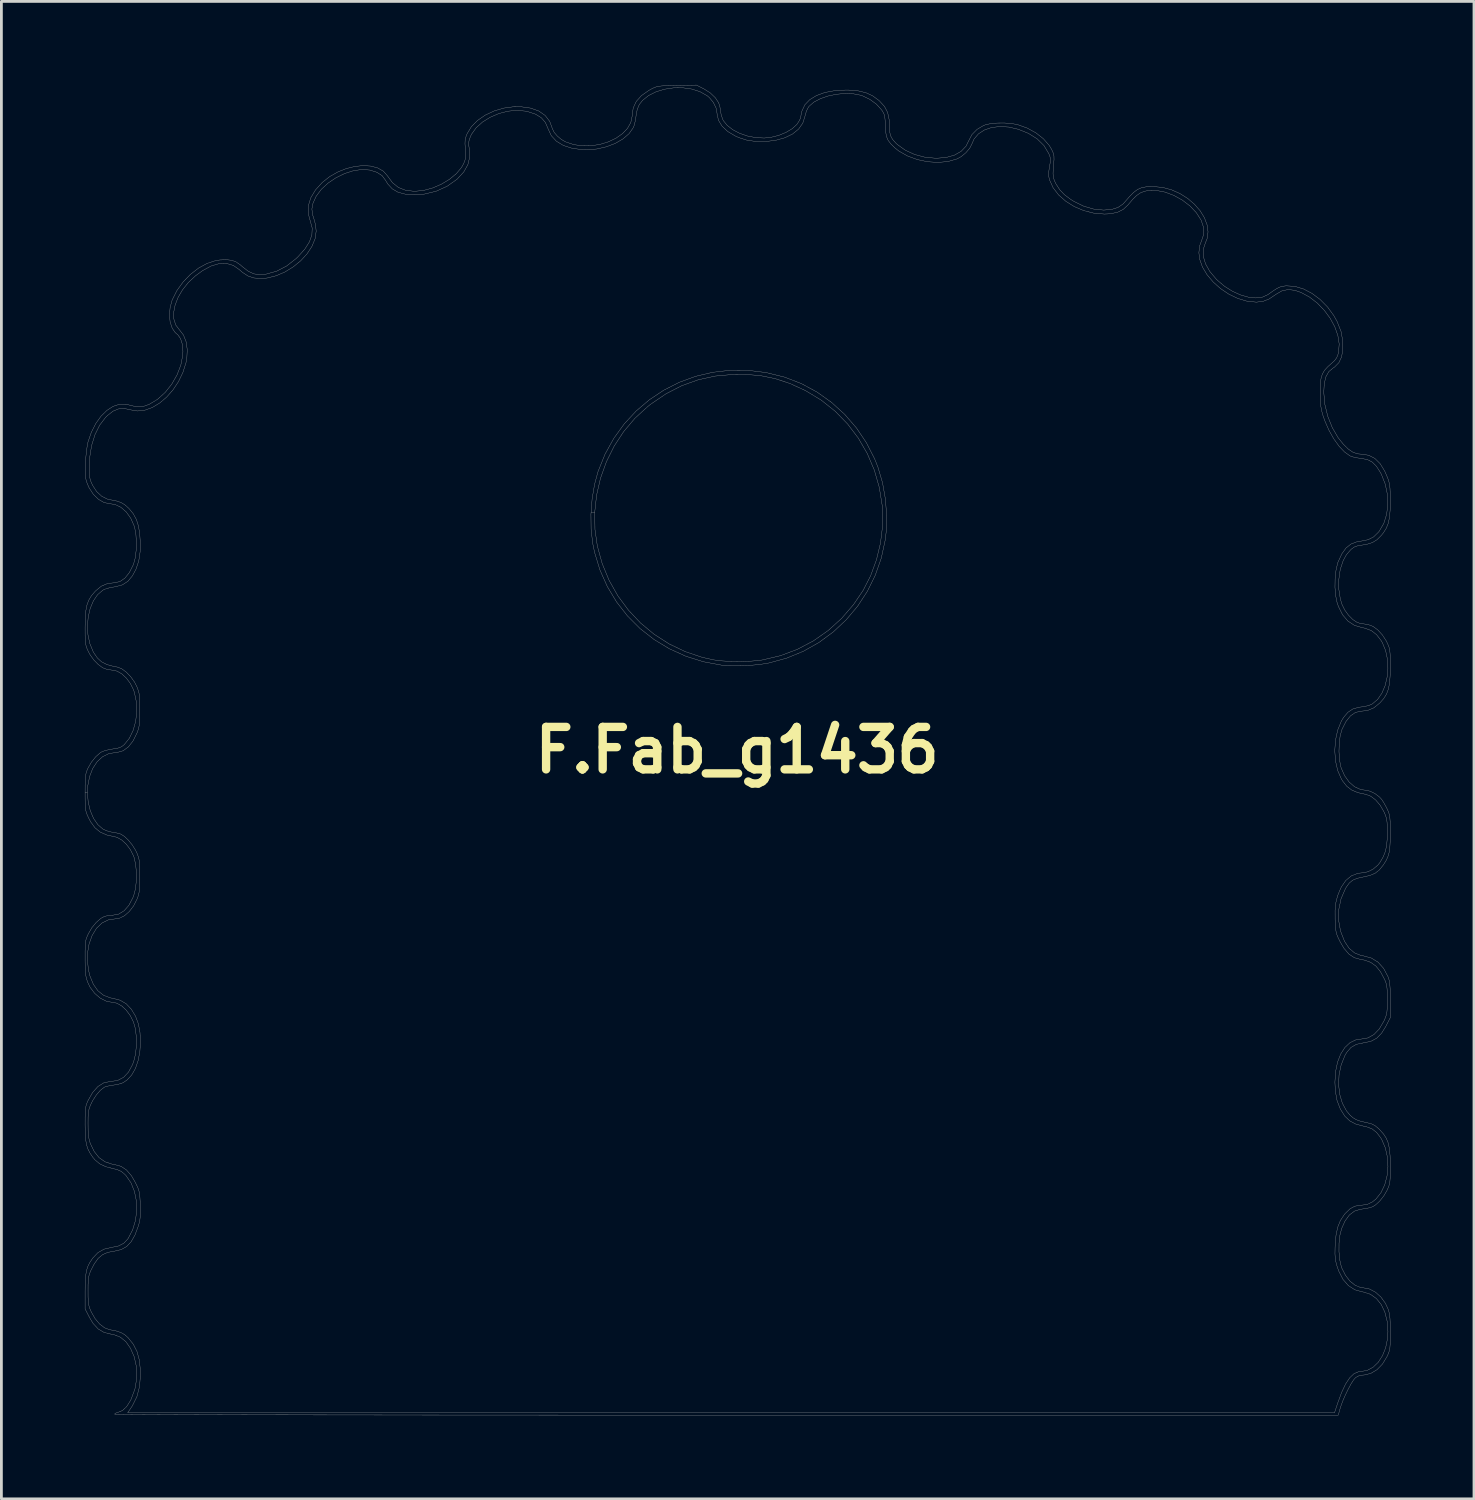
<source format=kicad_pcb>
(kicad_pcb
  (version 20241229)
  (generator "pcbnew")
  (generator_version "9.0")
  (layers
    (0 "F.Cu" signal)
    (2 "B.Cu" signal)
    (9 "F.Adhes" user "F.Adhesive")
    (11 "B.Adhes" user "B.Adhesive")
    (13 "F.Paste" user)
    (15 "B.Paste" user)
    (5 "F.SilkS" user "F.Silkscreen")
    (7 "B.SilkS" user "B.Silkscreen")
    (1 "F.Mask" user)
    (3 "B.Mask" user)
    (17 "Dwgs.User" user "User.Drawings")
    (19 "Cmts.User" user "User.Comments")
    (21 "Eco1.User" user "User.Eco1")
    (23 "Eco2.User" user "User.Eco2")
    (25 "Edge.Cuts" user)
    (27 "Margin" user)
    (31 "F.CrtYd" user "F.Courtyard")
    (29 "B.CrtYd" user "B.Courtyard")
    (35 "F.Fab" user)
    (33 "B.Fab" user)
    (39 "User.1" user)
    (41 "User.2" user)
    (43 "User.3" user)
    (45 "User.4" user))
  (footprint "F.Fab_g1436"
    (layer "F.Cu")
    (at 23.415 23.884)
    (property "Reference" "F.Fab_g1436" (at 0 0 0) (layer "F.SilkS") (effects (font (size 1.524 1.524) (thickness 0.3))))
    (attr through_hole)
    (fp_poly (pts (xy 0.396 -13.637) (xy 1.047 -13.556) (xy 1.701 -13.395) (xy 1.709 -13.392) (xy 2.306 -13.162) (xy 2.869 -12.858) (xy 3.391 -12.486) (xy 3.866 -12.054) (xy 4.287 -11.567) (xy 4.647 -11.031) (xy 4.941 -10.454) (xy 5.057 -10.16) (xy 5.221 -9.603) (xy 5.326 -9.011) (xy 5.37 -8.408) (xy 5.351 -7.821) (xy 5.318 -7.543) (xy 5.177 -6.896) (xy 4.962 -6.282) (xy 4.677 -5.704) (xy 4.327 -5.168) (xy 3.917 -4.68) (xy 3.452 -4.244) (xy 2.939 -3.866) (xy 2.38 -3.551) (xy 1.782 -3.305) (xy 1.15 -3.132) (xy 1.064 -3.115) (xy 0.788 -3.074) (xy 0.468 -3.045) (xy 0.133 -3.03) (xy -0.188 -3.028) (xy -0.465 -3.042) (xy -0.543 -3.05) (xy -1.208 -3.174) (xy -1.839 -3.372) (xy -2.432 -3.64) (xy -2.982 -3.973) (xy -3.485 -4.367) (xy -3.935 -4.818) (xy -4.327 -5.321) (xy -4.658 -5.871) (xy -4.923 -6.465) (xy -5.116 -7.097) (xy -5.186 -7.435) (xy -5.242 -7.934) (xy -5.248 -8.472) (xy -5.242 -8.542) (xy -5.112 -8.542) (xy -5.103 -7.922) (xy -5.018 -7.33) (xy -4.843 -6.696) (xy -4.595 -6.097) (xy -4.279 -5.538) (xy -3.9 -5.026) (xy -3.465 -4.565) (xy -2.977 -4.16) (xy -2.442 -3.816) (xy -1.866 -3.539) (xy -1.253 -3.333) (xy -0.845 -3.242) (xy -0.573 -3.207) (xy -0.247 -3.186) (xy 0.104 -3.182) (xy 0.451 -3.192) (xy 0.764 -3.218) (xy 0.915 -3.24) (xy 1.556 -3.392) (xy 2.165 -3.621) (xy 2.738 -3.923) (xy 3.269 -4.295) (xy 3.753 -4.732) (xy 4.183 -5.231) (xy 4.521 -5.73) (xy 4.793 -6.26) (xy 5.003 -6.832) (xy 5.147 -7.43) (xy 5.222 -8.036) (xy 5.223 -8.632) (xy 5.211 -8.777) (xy 5.106 -9.431) (xy 4.926 -10.058) (xy 4.673 -10.651) (xy 4.352 -11.204) (xy 3.967 -11.712) (xy 3.522 -12.168) (xy 3.021 -12.567) (xy 2.468 -12.902) (xy 2.451 -12.911) (xy 1.905 -13.162) (xy 1.372 -13.339) (xy 0.832 -13.449) (xy 0.265 -13.494) (xy -0.127 -13.492) (xy -0.782 -13.432) (xy -1.4 -13.297) (xy -1.987 -13.086) (xy -2.551 -12.796) (xy -3.097 -12.425) (xy -3.209 -12.337) (xy -3.669 -11.916) (xy -4.071 -11.439) (xy -4.414 -10.917) (xy -4.692 -10.356) (xy -4.903 -9.768) (xy -5.044 -9.16) (xy -5.112 -8.542) (xy -5.242 -8.542) (xy -5.206 -9.018) (xy -5.117 -9.547) (xy -4.992 -10.006) (xy -4.743 -10.625) (xy -4.427 -11.196) (xy -4.053 -11.714) (xy -3.625 -12.177) (xy -3.148 -12.582) (xy -2.63 -12.927) (xy -2.075 -13.208) (xy -1.489 -13.422) (xy -0.878 -13.567) (xy -0.248 -13.64) (xy 0.396 -13.637)) (stroke (width 0.01) (type solid)) (fill no) (layer "F.Fab"))
    (fp_poly (pts (xy -1.187 -23.74) (xy -0.962 -23.597) (xy -0.782 -23.425) (xy -0.661 -23.241) (xy -0.618 -23.102) (xy -0.596 -22.963) (xy -0.572 -22.812) (xy -0.571 -22.803) (xy -0.5 -22.611) (xy -0.357 -22.434) (xy -0.156 -22.277) (xy 0.091 -22.148) (xy 0.37 -22.051) (xy 0.669 -21.993) (xy 0.975 -21.978) (xy 1.213 -22.002) (xy 1.493 -22.072) (xy 1.755 -22.18) (xy 1.978 -22.313) (xy 2.141 -22.462) (xy 2.162 -22.489) (xy 2.234 -22.603) (xy 2.279 -22.697) (xy 2.286 -22.729) (xy 2.297 -22.813) (xy 2.324 -22.932) (xy 2.33 -22.954) (xy 2.433 -23.172) (xy 2.609 -23.356) (xy 2.851 -23.504) (xy 3.151 -23.613) (xy 3.505 -23.679) (xy 3.904 -23.701) (xy 4.022 -23.699) (xy 4.354 -23.67) (xy 4.628 -23.604) (xy 4.864 -23.495) (xy 5.083 -23.335) (xy 5.114 -23.307) (xy 5.294 -23.109) (xy 5.406 -22.892) (xy 5.459 -22.637) (xy 5.466 -22.454) (xy 5.473 -22.233) (xy 5.507 -22.067) (xy 5.581 -21.93) (xy 5.704 -21.792) (xy 5.76 -21.741) (xy 6.039 -21.541) (xy 6.373 -21.388) (xy 6.744 -21.29) (xy 7.133 -21.252) (xy 7.16 -21.252) (xy 7.508 -21.28) (xy 7.804 -21.364) (xy 8.043 -21.5) (xy 8.22 -21.686) (xy 8.319 -21.886) (xy 8.433 -22.103) (xy 8.614 -22.288) (xy 8.845 -22.425) (xy 8.924 -22.456) (xy 9.104 -22.495) (xy 9.338 -22.516) (xy 9.595 -22.518) (xy 9.844 -22.5) (xy 10.057 -22.463) (xy 10.07 -22.46) (xy 10.413 -22.337) (xy 10.727 -22.165) (xy 10.996 -21.954) (xy 11.204 -21.716) (xy 11.289 -21.577) (xy 11.348 -21.446) (xy 11.376 -21.336) (xy 11.379 -21.207) (xy 11.369 -21.085) (xy 11.349 -20.857) (xy 11.344 -20.691) (xy 11.357 -20.563) (xy 11.391 -20.452) (xy 11.447 -20.336) (xy 11.453 -20.325) (xy 11.587 -20.118) (xy 11.755 -19.942) (xy 11.976 -19.776) (xy 12.086 -19.707) (xy 12.445 -19.531) (xy 12.815 -19.424) (xy 13.16 -19.391) (xy 13.449 -19.414) (xy 13.675 -19.485) (xy 13.851 -19.605) (xy 13.906 -19.664) (xy 14.089 -19.876) (xy 14.24 -20.028) (xy 14.376 -20.13) (xy 14.516 -20.192) (xy 14.677 -20.224) (xy 14.876 -20.235) (xy 14.947 -20.235) (xy 15.279 -20.205) (xy 15.601 -20.118) (xy 15.903 -19.983) (xy 16.18 -19.808) (xy 16.422 -19.6) (xy 16.624 -19.369) (xy 16.777 -19.12) (xy 16.874 -18.864) (xy 16.909 -18.607) (xy 16.873 -18.357) (xy 16.815 -18.216) (xy 16.738 -17.981) (xy 16.74 -17.727) (xy 16.819 -17.461) (xy 16.972 -17.189) (xy 17.198 -16.919) (xy 17.242 -16.874) (xy 17.501 -16.655) (xy 17.782 -16.478) (xy 18.07 -16.347) (xy 18.355 -16.265) (xy 18.622 -16.237) (xy 18.86 -16.265) (xy 19.056 -16.354) (xy 19.062 -16.358) (xy 19.241 -16.486) (xy 19.372 -16.571) (xy 19.477 -16.624) (xy 19.574 -16.653) (xy 19.683 -16.668) (xy 19.727 -16.671) (xy 20.028 -16.652) (xy 20.337 -16.559) (xy 20.642 -16.4) (xy 20.933 -16.182) (xy 21.198 -15.914) (xy 21.425 -15.603) (xy 21.544 -15.389) (xy 21.685 -15.03) (xy 21.749 -14.675) (xy 21.749 -14.39) (xy 21.704 -14.12) (xy 21.607 -13.913) (xy 21.455 -13.758) (xy 21.396 -13.719) (xy 21.245 -13.591) (xy 21.141 -13.408) (xy 21.082 -13.164) (xy 21.064 -12.852) (xy 21.064 -12.848) (xy 21.102 -12.418) (xy 21.207 -11.989) (xy 21.369 -11.582) (xy 21.581 -11.217) (xy 21.762 -10.99) (xy 21.945 -10.81) (xy 22.112 -10.697) (xy 22.28 -10.639) (xy 22.433 -10.626) (xy 22.679 -10.588) (xy 22.897 -10.475) (xy 23.089 -10.285) (xy 23.255 -10.015) (xy 23.361 -9.767) (xy 23.4 -9.651) (xy 23.426 -9.534) (xy 23.442 -9.396) (xy 23.45 -9.215) (xy 23.453 -8.973) (xy 23.453 -8.932) (xy 23.446 -8.608) (xy 23.422 -8.35) (xy 23.378 -8.142) (xy 23.308 -7.966) (xy 23.207 -7.807) (xy 23.131 -7.711) (xy 22.976 -7.556) (xy 22.812 -7.454) (xy 22.611 -7.391) (xy 22.445 -7.364) (xy 22.278 -7.336) (xy 22.161 -7.294) (xy 22.061 -7.222) (xy 22.026 -7.19) (xy 21.875 -7.014) (xy 21.761 -6.804) (xy 21.672 -6.538) (xy 21.649 -6.446) (xy 21.603 -6.119) (xy 21.606 -5.769) (xy 21.658 -5.432) (xy 21.719 -5.231) (xy 21.818 -5.031) (xy 21.952 -4.846) (xy 22.104 -4.692) (xy 22.258 -4.589) (xy 22.358 -4.556) (xy 22.502 -4.533) (xy 22.655 -4.509) (xy 22.663 -4.508) (xy 22.831 -4.445) (xy 23.005 -4.316) (xy 23.169 -4.137) (xy 23.307 -3.924) (xy 23.332 -3.873) (xy 23.379 -3.77) (xy 23.412 -3.68) (xy 23.433 -3.584) (xy 23.445 -3.464) (xy 23.451 -3.302) (xy 23.453 -3.079) (xy 23.453 -2.997) (xy 23.446 -2.664) (xy 23.425 -2.4) (xy 23.383 -2.189) (xy 23.317 -2.014) (xy 23.222 -1.86) (xy 23.093 -1.711) (xy 23.071 -1.689) (xy 22.861 -1.519) (xy 22.638 -1.425) (xy 22.394 -1.397) (xy 22.202 -1.355) (xy 22.024 -1.232) (xy 21.864 -1.033) (xy 21.725 -0.76) (xy 21.71 -0.722) (xy 21.652 -0.507) (xy 21.619 -0.24) (xy 21.61 0.048) (xy 21.627 0.329) (xy 21.67 0.573) (xy 21.688 0.635) (xy 21.811 0.916) (xy 21.976 1.146) (xy 22.172 1.315) (xy 22.389 1.414) (xy 22.56 1.438) (xy 22.725 1.472) (xy 22.904 1.56) (xy 23.067 1.685) (xy 23.149 1.776) (xy 23.224 1.894) (xy 23.308 2.046) (xy 23.35 2.13) (xy 23.39 2.224) (xy 23.418 2.314) (xy 23.436 2.418) (xy 23.447 2.554) (xy 23.451 2.74) (xy 23.452 2.969) (xy 23.449 3.265) (xy 23.436 3.495) (xy 23.41 3.676) (xy 23.366 3.827) (xy 23.301 3.966) (xy 23.21 4.111) (xy 23.2 4.125) (xy 23.061 4.299) (xy 22.909 4.419) (xy 22.72 4.499) (xy 22.493 4.551) (xy 22.269 4.6) (xy 22.107 4.667) (xy 21.983 4.767) (xy 21.875 4.915) (xy 21.84 4.976) (xy 21.685 5.333) (xy 21.604 5.717) (xy 21.598 6.11) (xy 21.666 6.497) (xy 21.809 6.862) (xy 21.816 6.875) (xy 21.976 7.115) (xy 22.168 7.278) (xy 22.398 7.371) (xy 22.491 7.387) (xy 22.774 7.464) (xy 23.015 7.614) (xy 23.214 7.837) (xy 23.371 8.133) (xy 23.382 8.161) (xy 23.412 8.259) (xy 23.433 8.385) (xy 23.446 8.553) (xy 23.452 8.78) (xy 23.453 8.973) (xy 23.453 9.604) (xy 23.294 9.914) (xy 23.138 10.165) (xy 22.964 10.342) (xy 22.758 10.453) (xy 22.507 10.507) (xy 22.482 10.51) (xy 22.236 10.561) (xy 22.042 10.673) (xy 21.887 10.853) (xy 21.822 10.966) (xy 21.688 11.303) (xy 21.613 11.658) (xy 21.597 12.015) (xy 21.637 12.36) (xy 21.732 12.678) (xy 21.881 12.953) (xy 22.015 13.112) (xy 22.117 13.201) (xy 22.225 13.265) (xy 22.362 13.316) (xy 22.553 13.363) (xy 22.623 13.377) (xy 22.782 13.419) (xy 22.904 13.481) (xy 23.028 13.584) (xy 23.072 13.628) (xy 23.206 13.777) (xy 23.306 13.929) (xy 23.376 14.1) (xy 23.42 14.306) (xy 23.445 14.562) (xy 23.453 14.884) (xy 23.453 14.935) (xy 23.452 15.18) (xy 23.448 15.358) (xy 23.438 15.489) (xy 23.42 15.59) (xy 23.39 15.68) (xy 23.348 15.778) (xy 23.332 15.812) (xy 23.222 16) (xy 23.083 16.178) (xy 23.018 16.243) (xy 22.922 16.327) (xy 22.835 16.384) (xy 22.737 16.423) (xy 22.602 16.452) (xy 22.41 16.481) (xy 22.379 16.485) (xy 22.167 16.55) (xy 21.984 16.689) (xy 21.829 16.903) (xy 21.707 17.172) (xy 21.644 17.414) (xy 21.612 17.702) (xy 21.61 18.007) (xy 21.638 18.3) (xy 21.695 18.55) (xy 21.714 18.6) (xy 21.844 18.857) (xy 22.007 19.066) (xy 22.193 19.215) (xy 22.39 19.294) (xy 22.487 19.305) (xy 22.707 19.347) (xy 22.921 19.461) (xy 23.116 19.636) (xy 23.277 19.86) (xy 23.368 20.054) (xy 23.403 20.161) (xy 23.427 20.276) (xy 23.442 20.416) (xy 23.45 20.601) (xy 23.453 20.848) (xy 23.453 20.904) (xy 23.452 21.148) (xy 23.448 21.327) (xy 23.438 21.457) (xy 23.42 21.558) (xy 23.391 21.647) (xy 23.348 21.744) (xy 23.331 21.78) (xy 23.17 22.044) (xy 22.974 22.245) (xy 22.752 22.378) (xy 22.513 22.435) (xy 22.465 22.437) (xy 22.319 22.466) (xy 22.209 22.525) (xy 22.136 22.609) (xy 22.043 22.754) (xy 21.942 22.941) (xy 21.84 23.15) (xy 21.748 23.363) (xy 21.675 23.561) (xy 21.653 23.633) (xy 21.584 23.876) (xy -0.384 23.876) (xy -1.822 23.876) (xy -3.231 23.876) (xy -4.607 23.875) (xy -5.949 23.875) (xy -7.255 23.874) (xy -8.522 23.874) (xy -9.749 23.873) (xy -10.932 23.872) (xy -12.07 23.871) (xy -13.16 23.869) (xy -14.201 23.868) (xy -15.19 23.867) (xy -16.124 23.865) (xy -17.003 23.864) (xy -17.823 23.862) (xy -18.582 23.86) (xy -19.279 23.858) (xy -19.91 23.856) (xy -20.474 23.854) (xy -20.968 23.852) (xy -21.391 23.85) (xy -21.74 23.848) (xy -22.012 23.846) (xy -22.207 23.843) (xy -22.32 23.841) (xy -22.352 23.839) (xy -22.316 23.805) (xy -22.234 23.778) (xy -22.066 23.709) (xy -21.916 23.567) (xy -21.778 23.347) (xy -21.761 23.313) (xy -21.62 22.936) (xy -21.554 22.545) (xy -21.563 22.154) (xy -21.647 21.778) (xy -21.779 21.477) (xy -21.946 21.238) (xy -22.144 21.076) (xy -22.378 20.985) (xy -22.474 20.969) (xy -22.727 20.907) (xy -22.941 20.781) (xy -23.122 20.584) (xy -23.251 20.37) (xy -23.41 20.06) (xy -23.41 19.436) (xy -23.407 19.131) (xy -23.392 18.894) (xy -23.364 18.706) (xy -23.317 18.549) (xy -23.247 18.406) (xy -23.151 18.26) (xy -23.134 18.236) (xy -22.95 18.042) (xy -22.729 17.916) (xy -22.456 17.853) (xy -22.45 17.852) (xy -22.206 17.801) (xy -22.022 17.705) (xy -21.879 17.553) (xy -21.863 17.53) (xy -21.703 17.224) (xy -21.601 16.886) (xy -21.557 16.533) (xy -21.57 16.18) (xy -21.638 15.843) (xy -21.761 15.537) (xy -21.939 15.278) (xy -21.985 15.229) (xy -22.112 15.124) (xy -22.256 15.06) (xy -22.382 15.03) (xy -22.665 14.957) (xy -22.883 14.854) (xy -23.055 14.711) (xy -23.133 14.617) (xy -23.234 14.467) (xy -23.308 14.323) (xy -23.358 14.169) (xy -23.389 13.985) (xy -23.405 13.755) (xy -23.41 13.46) (xy -23.41 13.423) (xy -23.409 13.175) (xy -23.404 12.995) (xy -23.393 12.862) (xy -23.374 12.76) (xy -23.344 12.671) (xy -23.307 12.586) (xy -23.14 12.291) (xy -22.951 12.078) (xy -22.742 11.946) (xy -22.51 11.896) (xy -22.485 11.896) (xy -22.238 11.858) (xy -22.027 11.746) (xy -21.851 11.558) (xy -21.708 11.292) (xy -21.664 11.177) (xy -21.598 10.907) (xy -21.567 10.598) (xy -21.571 10.281) (xy -21.609 9.984) (xy -21.672 9.763) (xy -21.788 9.531) (xy -21.937 9.331) (xy -22.103 9.178) (xy -22.275 9.083) (xy -22.403 9.059) (xy -22.638 9.018) (xy -22.864 8.905) (xy -23.067 8.731) (xy -23.233 8.508) (xy -23.32 8.325) (xy -23.357 8.215) (xy -23.382 8.103) (xy -23.398 7.97) (xy -23.407 7.798) (xy -23.41 7.567) (xy -23.41 7.46) (xy -23.41 7.215) (xy -23.405 7.037) (xy -23.396 6.907) (xy -23.378 6.806) (xy -23.348 6.716) (xy -23.306 6.62) (xy -23.288 6.583) (xy -23.163 6.37) (xy -23.008 6.182) (xy -22.843 6.039) (xy -22.72 5.972) (xy -22.598 5.942) (xy -22.45 5.927) (xy -22.423 5.927) (xy -22.204 5.886) (xy -22.007 5.765) (xy -21.836 5.567) (xy -21.693 5.295) (xy -21.664 5.222) (xy -21.602 4.981) (xy -21.57 4.692) (xy -21.568 4.387) (xy -21.596 4.095) (xy -21.653 3.845) (xy -21.671 3.794) (xy -21.783 3.574) (xy -21.929 3.379) (xy -22.093 3.227) (xy -22.259 3.132) (xy -22.331 3.113) (xy -22.632 3.045) (xy -22.869 2.94) (xy -23.056 2.786) (xy -23.211 2.572) (xy -23.284 2.433) (xy -23.332 2.329) (xy -23.366 2.24) (xy -23.389 2.147) (xy -23.402 2.034) (xy -23.408 1.883) (xy -23.41 1.675) (xy -23.41 1.524) (xy -23.326 1.524) (xy -23.299 1.859) (xy -23.224 2.173) (xy -23.106 2.45) (xy -22.952 2.675) (xy -22.768 2.835) (xy -22.765 2.837) (xy -22.634 2.895) (xy -22.478 2.938) (xy -22.438 2.944) (xy -22.291 2.97) (xy -22.16 3.003) (xy -22.131 3.013) (xy -22.001 3.094) (xy -21.856 3.231) (xy -21.715 3.405) (xy -21.598 3.592) (xy -21.544 3.706) (xy -21.501 3.82) (xy -21.473 3.929) (xy -21.455 4.051) (xy -21.447 4.209) (xy -21.444 4.423) (xy -21.444 4.53) (xy -21.446 4.776) (xy -21.454 4.958) (xy -21.47 5.097) (xy -21.495 5.211) (xy -21.533 5.321) (xy -21.539 5.337) (xy -21.665 5.587) (xy -21.823 5.794) (xy -22 5.948) (xy -22.184 6.036) (xy -22.302 6.054) (xy -22.571 6.092) (xy -22.805 6.207) (xy -23.001 6.396) (xy -23.158 6.655) (xy -23.268 6.964) (xy -23.315 7.242) (xy -23.323 7.556) (xy -23.293 7.868) (xy -23.241 8.095) (xy -23.115 8.404) (xy -22.95 8.64) (xy -22.744 8.803) (xy -22.494 8.896) (xy -22.416 8.909) (xy -22.154 8.977) (xy -21.935 9.105) (xy -21.75 9.301) (xy -21.601 9.547) (xy -21.498 9.821) (xy -21.439 10.136) (xy -21.421 10.475) (xy -21.443 10.817) (xy -21.505 11.142) (xy -21.603 11.431) (xy -21.738 11.664) (xy -21.751 11.68) (xy -21.901 11.841) (xy -22.049 11.942) (xy -22.229 12) (xy -22.36 12.021) (xy -22.516 12.045) (xy -22.647 12.075) (xy -22.716 12.099) (xy -22.859 12.21) (xy -23.006 12.379) (xy -23.139 12.586) (xy -23.186 12.679) (xy -23.238 12.798) (xy -23.272 12.903) (xy -23.292 13.019) (xy -23.302 13.167) (xy -23.304 13.371) (xy -23.304 13.42) (xy -23.301 13.668) (xy -23.287 13.854) (xy -23.261 13.999) (xy -23.224 14.118) (xy -23.082 14.412) (xy -22.907 14.631) (xy -22.692 14.781) (xy -22.431 14.867) (xy -22.341 14.881) (xy -22.119 14.943) (xy -21.924 15.073) (xy -21.748 15.277) (xy -21.614 15.506) (xy -21.541 15.653) (xy -21.492 15.771) (xy -21.462 15.884) (xy -21.444 16.019) (xy -21.433 16.2) (xy -21.429 16.316) (xy -21.423 16.549) (xy -21.427 16.724) (xy -21.444 16.869) (xy -21.476 17.009) (xy -21.5 17.089) (xy -21.618 17.407) (xy -21.755 17.649) (xy -21.917 17.821) (xy -22.112 17.931) (xy -22.346 17.986) (xy -22.36 17.988) (xy -22.593 18.031) (xy -22.781 18.113) (xy -22.939 18.246) (xy -23.079 18.441) (xy -23.207 18.69) (xy -23.25 18.795) (xy -23.278 18.899) (xy -23.295 19.025) (xy -23.303 19.194) (xy -23.304 19.41) (xy -23.303 19.632) (xy -23.296 19.792) (xy -23.28 19.913) (xy -23.252 20.018) (xy -23.207 20.129) (xy -23.182 20.182) (xy -23.049 20.413) (xy -22.888 20.604) (xy -22.712 20.739) (xy -22.537 20.806) (xy -22.536 20.806) (xy -22.3 20.851) (xy -22.126 20.909) (xy -21.987 20.988) (xy -21.863 21.099) (xy -21.678 21.331) (xy -21.546 21.592) (xy -21.463 21.895) (xy -21.425 22.254) (xy -21.422 22.422) (xy -21.453 22.842) (xy -21.55 23.214) (xy -21.715 23.544) (xy -21.736 23.576) (xy -21.881 23.791) (xy 21.45 23.791) (xy 21.565 23.442) (xy 21.706 23.057) (xy 21.85 22.754) (xy 21.998 22.531) (xy 22.152 22.386) (xy 22.313 22.317) (xy 22.387 22.31) (xy 22.622 22.27) (xy 22.835 22.155) (xy 23.021 21.976) (xy 23.173 21.74) (xy 23.286 21.457) (xy 23.352 21.136) (xy 23.368 20.874) (xy 23.34 20.505) (xy 23.258 20.18) (xy 23.128 19.906) (xy 22.953 19.689) (xy 22.738 19.536) (xy 22.487 19.455) (xy 22.454 19.45) (xy 22.183 19.376) (xy 21.95 19.227) (xy 21.756 19.004) (xy 21.603 18.707) (xy 21.541 18.53) (xy 21.5 18.379) (xy 21.476 18.239) (xy 21.466 18.081) (xy 21.469 17.88) (xy 21.473 17.766) (xy 21.504 17.416) (xy 21.564 17.129) (xy 21.66 16.89) (xy 21.797 16.68) (xy 21.832 16.637) (xy 22.006 16.468) (xy 22.181 16.373) (xy 22.376 16.341) (xy 22.389 16.341) (xy 22.617 16.313) (xy 22.811 16.22) (xy 22.938 16.116) (xy 23.119 15.887) (xy 23.253 15.605) (xy 23.336 15.286) (xy 23.368 14.948) (xy 23.348 14.606) (xy 23.274 14.278) (xy 23.146 13.981) (xy 23.107 13.917) (xy 22.961 13.726) (xy 22.801 13.6) (xy 22.6 13.523) (xy 22.494 13.5) (xy 22.215 13.426) (xy 21.998 13.312) (xy 21.823 13.144) (xy 21.672 12.908) (xy 21.652 12.869) (xy 21.54 12.577) (xy 21.479 12.235) (xy 21.464 11.917) (xy 21.489 11.537) (xy 21.559 11.199) (xy 21.672 10.91) (xy 21.822 10.675) (xy 22.006 10.503) (xy 22.218 10.4) (xy 22.416 10.372) (xy 22.652 10.331) (xy 22.866 10.209) (xy 23.057 10.009) (xy 23.221 9.73) (xy 23.228 9.716) (xy 23.279 9.599) (xy 23.313 9.497) (xy 23.333 9.385) (xy 23.343 9.243) (xy 23.347 9.047) (xy 23.347 8.954) (xy 23.345 8.725) (xy 23.336 8.559) (xy 23.319 8.435) (xy 23.29 8.331) (xy 23.249 8.234) (xy 23.102 7.958) (xy 22.941 7.757) (xy 22.754 7.621) (xy 22.53 7.539) (xy 22.384 7.513) (xy 22.161 7.451) (xy 21.966 7.321) (xy 21.791 7.117) (xy 21.656 6.888) (xy 21.583 6.74) (xy 21.534 6.622) (xy 21.504 6.509) (xy 21.486 6.373) (xy 21.476 6.191) (xy 21.471 6.082) (xy 21.47 5.752) (xy 21.498 5.476) (xy 21.561 5.227) (xy 21.663 4.979) (xy 21.695 4.912) (xy 21.855 4.678) (xy 22.056 4.512) (xy 22.291 4.421) (xy 22.463 4.403) (xy 22.648 4.367) (xy 22.838 4.269) (xy 23.005 4.128) (xy 23.079 4.035) (xy 23.195 3.836) (xy 23.274 3.642) (xy 23.321 3.427) (xy 23.343 3.168) (xy 23.346 2.963) (xy 23.344 2.745) (xy 23.336 2.587) (xy 23.319 2.467) (xy 23.287 2.359) (xy 23.238 2.241) (xy 23.224 2.212) (xy 23.091 1.981) (xy 22.93 1.791) (xy 22.754 1.655) (xy 22.579 1.589) (xy 22.578 1.588) (xy 22.291 1.526) (xy 22.068 1.432) (xy 21.89 1.296) (xy 21.74 1.106) (xy 21.699 1.039) (xy 21.565 0.735) (xy 21.485 0.387) (xy 21.459 0.016) (xy 21.485 -0.359) (xy 21.563 -0.717) (xy 21.692 -1.037) (xy 21.77 -1.169) (xy 21.927 -1.357) (xy 22.105 -1.477) (xy 22.328 -1.541) (xy 22.424 -1.553) (xy 22.587 -1.581) (xy 22.738 -1.627) (xy 22.805 -1.659) (xy 22.997 -1.821) (xy 23.151 -2.045) (xy 23.266 -2.316) (xy 23.338 -2.619) (xy 23.367 -2.94) (xy 23.35 -3.263) (xy 23.285 -3.573) (xy 23.169 -3.856) (xy 23.127 -3.929) (xy 22.96 -4.147) (xy 22.771 -4.293) (xy 22.541 -4.38) (xy 22.443 -4.399) (xy 22.164 -4.482) (xy 21.93 -4.636) (xy 21.739 -4.861) (xy 21.59 -5.159) (xy 21.541 -5.303) (xy 21.49 -5.553) (xy 21.466 -5.848) (xy 21.471 -6.158) (xy 21.503 -6.454) (xy 21.56 -6.707) (xy 21.582 -6.768) (xy 21.714 -7.051) (xy 21.863 -7.259) (xy 22.039 -7.399) (xy 22.252 -7.481) (xy 22.407 -7.506) (xy 22.656 -7.556) (xy 22.856 -7.659) (xy 23.03 -7.83) (xy 23.059 -7.867) (xy 23.22 -8.144) (xy 23.321 -8.466) (xy 23.364 -8.818) (xy 23.348 -9.185) (xy 23.272 -9.549) (xy 23.136 -9.897) (xy 23.099 -9.967) (xy 22.957 -10.189) (xy 22.809 -10.34) (xy 22.637 -10.43) (xy 22.425 -10.473) (xy 22.405 -10.475) (xy 22.239 -10.498) (xy 22.086 -10.535) (xy 22.006 -10.566) (xy 21.811 -10.705) (xy 21.613 -10.913) (xy 21.423 -11.178) (xy 21.25 -11.486) (xy 21.103 -11.822) (xy 21.033 -12.023) (xy 20.987 -12.191) (xy 20.957 -12.353) (xy 20.94 -12.537) (xy 20.934 -12.769) (xy 20.934 -12.848) (xy 20.94 -13.123) (xy 20.963 -13.333) (xy 21.011 -13.498) (xy 21.09 -13.637) (xy 21.21 -13.769) (xy 21.329 -13.875) (xy 21.453 -13.988) (xy 21.527 -14.088) (xy 21.574 -14.207) (xy 21.595 -14.291) (xy 21.618 -14.581) (xy 21.57 -14.888) (xy 21.46 -15.2) (xy 21.294 -15.506) (xy 21.082 -15.793) (xy 20.832 -16.052) (xy 20.552 -16.268) (xy 20.251 -16.432) (xy 20.029 -16.509) (xy 19.788 -16.539) (xy 19.563 -16.491) (xy 19.34 -16.362) (xy 19.316 -16.344) (xy 19.097 -16.197) (xy 18.887 -16.115) (xy 18.656 -16.087) (xy 18.629 -16.087) (xy 18.3 -16.122) (xy 17.971 -16.221) (xy 17.653 -16.374) (xy 17.357 -16.573) (xy 17.094 -16.808) (xy 16.874 -17.069) (xy 16.708 -17.347) (xy 16.606 -17.634) (xy 16.58 -17.86) (xy 16.605 -18.102) (xy 16.671 -18.276) (xy 16.752 -18.517) (xy 16.749 -18.767) (xy 16.662 -19.026) (xy 16.659 -19.032) (xy 16.486 -19.301) (xy 16.256 -19.543) (xy 15.982 -19.752) (xy 15.681 -19.918) (xy 15.367 -20.036) (xy 15.055 -20.096) (xy 14.759 -20.093) (xy 14.624 -20.065) (xy 14.484 -20.01) (xy 14.349 -19.918) (xy 14.204 -19.777) (xy 14.034 -19.576) (xy 13.867 -19.417) (xy 13.659 -19.312) (xy 13.397 -19.258) (xy 13.188 -19.248) (xy 12.812 -19.28) (xy 12.448 -19.372) (xy 12.107 -19.517) (xy 11.802 -19.707) (xy 11.543 -19.936) (xy 11.345 -20.195) (xy 11.217 -20.477) (xy 11.216 -20.48) (xy 11.189 -20.603) (xy 11.185 -20.729) (xy 11.207 -20.892) (xy 11.217 -20.948) (xy 11.244 -21.108) (xy 11.25 -21.218) (xy 11.233 -21.311) (xy 11.191 -21.419) (xy 11.187 -21.426) (xy 11.017 -21.708) (xy 10.773 -21.949) (xy 10.46 -22.146) (xy 10.095 -22.293) (xy 9.756 -22.372) (xy 9.433 -22.391) (xy 9.137 -22.355) (xy 8.878 -22.266) (xy 8.665 -22.128) (xy 8.508 -21.942) (xy 8.434 -21.774) (xy 8.353 -21.614) (xy 8.215 -21.451) (xy 8.047 -21.311) (xy 7.898 -21.229) (xy 7.574 -21.135) (xy 7.215 -21.102) (xy 6.839 -21.127) (xy 6.466 -21.206) (xy 6.116 -21.335) (xy 5.808 -21.511) (xy 5.671 -21.62) (xy 5.52 -21.767) (xy 5.421 -21.898) (xy 5.361 -22.041) (xy 5.332 -22.22) (xy 5.321 -22.435) (xy 5.314 -22.623) (xy 5.3 -22.751) (xy 5.272 -22.847) (xy 5.223 -22.937) (xy 5.184 -22.994) (xy 5.003 -23.193) (xy 4.767 -23.366) (xy 4.503 -23.493) (xy 4.433 -23.516) (xy 4.162 -23.568) (xy 3.864 -23.578) (xy 3.558 -23.548) (xy 3.26 -23.485) (xy 2.988 -23.39) (xy 2.759 -23.269) (xy 2.591 -23.125) (xy 2.556 -23.079) (xy 2.491 -22.95) (xy 2.444 -22.795) (xy 2.437 -22.759) (xy 2.359 -22.513) (xy 2.208 -22.299) (xy 1.99 -22.122) (xy 1.712 -21.986) (xy 1.38 -21.895) (xy 1.035 -21.854) (xy 0.673 -21.855) (xy 0.357 -21.9) (xy 0.06 -21.995) (xy -0.066 -22.052) (xy -0.337 -22.213) (xy -0.539 -22.403) (xy -0.668 -22.614) (xy -0.719 -22.84) (xy -0.72 -22.866) (xy -0.756 -23.058) (xy -0.852 -23.255) (xy -0.994 -23.429) (xy -1.072 -23.495) (xy -1.331 -23.642) (xy -1.629 -23.737) (xy -1.951 -23.782) (xy -2.282 -23.779) (xy -2.607 -23.731) (xy -2.911 -23.638) (xy -3.179 -23.503) (xy -3.396 -23.328) (xy -3.512 -23.18) (xy -3.586 -23.004) (xy -3.628 -22.777) (xy -3.629 -22.764) (xy -3.655 -22.593) (xy -3.696 -22.432) (xy -3.729 -22.348) (xy -3.88 -22.134) (xy -4.101 -21.944) (xy -4.376 -21.785) (xy -4.691 -21.664) (xy -5.034 -21.585) (xy -5.389 -21.555) (xy -5.544 -21.559) (xy -5.923 -21.61) (xy -6.238 -21.712) (xy -6.489 -21.864) (xy -6.673 -22.065) (xy -6.788 -22.314) (xy -6.789 -22.317) (xy -6.884 -22.538) (xy -7.031 -22.708) (xy -7.24 -22.836) (xy -7.517 -22.927) (xy -7.591 -22.943) (xy -7.904 -22.973) (xy -8.231 -22.941) (xy -8.557 -22.856) (xy -8.866 -22.723) (xy -9.142 -22.551) (xy -9.37 -22.345) (xy -9.535 -22.114) (xy -9.567 -22.048) (xy -9.62 -21.908) (xy -9.639 -21.796) (xy -9.628 -21.668) (xy -9.615 -21.594) (xy -9.599 -21.301) (xy -9.667 -21.02) (xy -9.817 -20.755) (xy -10.049 -20.505) (xy -10.064 -20.492) (xy -10.412 -20.246) (xy -10.803 -20.069) (xy -11.225 -19.966) (xy -11.583 -19.94) (xy -11.91 -19.962) (xy -12.174 -20.032) (xy -12.383 -20.155) (xy -12.547 -20.335) (xy -12.621 -20.459) (xy -12.747 -20.627) (xy -12.933 -20.748) (xy -13.188 -20.828) (xy -13.193 -20.829) (xy -13.475 -20.849) (xy -13.781 -20.803) (xy -14.097 -20.701) (xy -14.404 -20.55) (xy -14.686 -20.36) (xy -14.926 -20.139) (xy -15.108 -19.894) (xy -15.123 -19.868) (xy -15.227 -19.636) (xy -15.267 -19.431) (xy -15.243 -19.229) (xy -15.201 -19.101) (xy -15.135 -18.861) (xy -15.113 -18.632) (xy -15.153 -18.358) (xy -15.267 -18.084) (xy -15.442 -17.818) (xy -15.669 -17.571) (xy -15.937 -17.352) (xy -16.234 -17.169) (xy -16.55 -17.033) (xy -16.873 -16.952) (xy -17.108 -16.933) (xy -17.354 -16.955) (xy -17.565 -17.027) (xy -17.767 -17.161) (xy -17.867 -17.249) (xy -18.087 -17.403) (xy -18.331 -17.476) (xy -18.598 -17.469) (xy -18.887 -17.382) (xy -19.195 -17.215) (xy -19.452 -17.026) (xy -19.705 -16.788) (xy -19.912 -16.528) (xy -20.071 -16.256) (xy -20.177 -15.983) (xy -20.229 -15.72) (xy -20.222 -15.476) (xy -20.154 -15.263) (xy -20.023 -15.092) (xy -19.878 -14.906) (xy -19.783 -14.664) (xy -19.742 -14.382) (xy -19.757 -14.075) (xy -19.787 -13.912) (xy -19.899 -13.559) (xy -20.058 -13.23) (xy -20.256 -12.933) (xy -20.484 -12.674) (xy -20.734 -12.462) (xy -20.997 -12.303) (xy -21.264 -12.206) (xy -21.528 -12.178) (xy -21.739 -12.212) (xy -21.991 -12.265) (xy -22.207 -12.253) (xy -22.406 -12.172) (xy -22.605 -12.016) (xy -22.673 -11.949) (xy -22.887 -11.668) (xy -23.056 -11.326) (xy -23.177 -10.933) (xy -23.246 -10.503) (xy -23.26 -10.202) (xy -23.259 -9.994) (xy -23.251 -9.846) (xy -23.23 -9.732) (xy -23.194 -9.626) (xy -23.141 -9.511) (xy -22.996 -9.286) (xy -22.813 -9.116) (xy -22.608 -9.014) (xy -22.527 -8.995) (xy -22.297 -8.951) (xy -22.125 -8.894) (xy -21.986 -8.812) (xy -21.852 -8.693) (xy -21.838 -8.68) (xy -21.682 -8.491) (xy -21.569 -8.284) (xy -21.492 -8.042) (xy -21.447 -7.748) (xy -21.431 -7.507) (xy -21.434 -7.122) (xy -21.483 -6.792) (xy -21.582 -6.498) (xy -21.71 -6.261) (xy -21.872 -6.064) (xy -22.069 -5.936) (xy -22.318 -5.867) (xy -22.376 -5.859) (xy -22.542 -5.829) (xy -22.696 -5.781) (xy -22.769 -5.746) (xy -22.959 -5.585) (xy -23.112 -5.361) (xy -23.226 -5.09) (xy -23.297 -4.786) (xy -23.325 -4.465) (xy -23.307 -4.141) (xy -23.24 -3.829) (xy -23.123 -3.543) (xy -23.097 -3.496) (xy -22.966 -3.307) (xy -22.816 -3.17) (xy -22.628 -3.074) (xy -22.384 -3.007) (xy -22.251 -2.983) (xy -22.095 -2.923) (xy -21.929 -2.801) (xy -21.768 -2.632) (xy -21.629 -2.435) (xy -21.544 -2.264) (xy -21.502 -2.149) (xy -21.473 -2.041) (xy -21.456 -1.918) (xy -21.447 -1.761) (xy -21.444 -1.547) (xy -21.444 -1.439) (xy -21.446 -1.193) (xy -21.454 -1.01) (xy -21.47 -0.872) (xy -21.495 -0.758) (xy -21.533 -0.647) (xy -21.539 -0.633) (xy -21.684 -0.338) (xy -21.853 -0.119) (xy -22.045 0.022) (xy -22.256 0.082) (xy -22.309 0.085) (xy -22.561 0.124) (xy -22.786 0.238) (xy -22.98 0.419) (xy -23.136 0.657) (xy -23.248 0.947) (xy -23.313 1.279) (xy -23.326 1.524) (xy -23.41 1.524) (xy -23.41 1.518) (xy -23.409 1.264) (xy -23.404 1.077) (xy -23.394 0.94) (xy -23.377 0.837) (xy -23.35 0.749) (xy -23.313 0.66) (xy -23.31 0.653) (xy -23.183 0.431) (xy -23.028 0.237) (xy -22.865 0.093) (xy -22.804 0.056) (xy -22.692 0.015) (xy -22.535 -0.022) (xy -22.403 -0.044) (xy -22.228 -0.074) (xy -22.105 -0.121) (xy -22.006 -0.197) (xy -22.005 -0.198) (xy -21.822 -0.426) (xy -21.684 -0.711) (xy -21.594 -1.035) (xy -21.554 -1.381) (xy -21.569 -1.733) (xy -21.64 -2.072) (xy -21.676 -2.178) (xy -21.784 -2.393) (xy -21.928 -2.586) (xy -22.091 -2.739) (xy -22.259 -2.835) (xy -22.337 -2.857) (xy -22.485 -2.88) (xy -22.624 -2.901) (xy -22.633 -2.903) (xy -22.778 -2.959) (xy -22.938 -3.076) (xy -23.095 -3.236) (xy -23.229 -3.423) (xy -23.289 -3.533) (xy -23.337 -3.637) (xy -23.37 -3.728) (xy -23.391 -3.824) (xy -23.403 -3.944) (xy -23.409 -4.106) (xy -23.41 -4.329) (xy -23.41 -4.412) (xy -23.404 -4.743) (xy -23.383 -5.006) (xy -23.341 -5.217) (xy -23.275 -5.392) (xy -23.18 -5.548) (xy -23.051 -5.699) (xy -23.035 -5.716) (xy -22.829 -5.887) (xy -22.606 -5.982) (xy -22.352 -6.011) (xy -22.159 -6.053) (xy -21.981 -6.176) (xy -21.821 -6.375) (xy -21.683 -6.648) (xy -21.668 -6.686) (xy -21.61 -6.901) (xy -21.577 -7.168) (xy -21.568 -7.457) (xy -21.585 -7.738) (xy -21.627 -7.981) (xy -21.645 -8.043) (xy -21.768 -8.323) (xy -21.931 -8.551) (xy -22.125 -8.721) (xy -22.34 -8.822) (xy -22.512 -8.847) (xy -22.725 -8.889) (xy -22.929 -9.005) (xy -23.113 -9.185) (xy -23.265 -9.418) (xy -23.331 -9.567) (xy -23.369 -9.679) (xy -23.393 -9.786) (xy -23.404 -9.911) (xy -23.405 -10.074) (xy -23.397 -10.299) (xy -23.397 -10.308) (xy -23.381 -10.537) (xy -23.357 -10.764) (xy -23.328 -10.958) (xy -23.304 -11.07) (xy -23.182 -11.421) (xy -23.024 -11.731) (xy -22.837 -11.992) (xy -22.628 -12.198) (xy -22.405 -12.343) (xy -22.175 -12.419) (xy -21.944 -12.42) (xy -21.872 -12.403) (xy -21.634 -12.345) (xy -21.442 -12.33) (xy -21.269 -12.357) (xy -21.103 -12.419) (xy -20.806 -12.599) (xy -20.534 -12.845) (xy -20.297 -13.143) (xy -20.107 -13.476) (xy -19.972 -13.828) (xy -19.903 -14.183) (xy -19.897 -14.326) (xy -19.919 -14.574) (xy -19.983 -14.776) (xy -20.083 -14.918) (xy -20.135 -14.957) (xy -20.189 -15.013) (xy -20.258 -15.115) (xy -20.288 -15.168) (xy -20.357 -15.375) (xy -20.38 -15.625) (xy -20.357 -15.892) (xy -20.288 -16.149) (xy -20.28 -16.17) (xy -20.112 -16.503) (xy -19.89 -16.811) (xy -19.628 -17.082) (xy -19.337 -17.308) (xy -19.031 -17.476) (xy -18.721 -17.578) (xy -18.571 -17.6) (xy -18.331 -17.609) (xy -18.147 -17.589) (xy -17.993 -17.532) (xy -17.842 -17.429) (xy -17.759 -17.357) (xy -17.55 -17.194) (xy -17.35 -17.101) (xy -17.135 -17.071) (xy -16.905 -17.093) (xy -16.53 -17.198) (xy -16.172 -17.385) (xy -15.833 -17.651) (xy -15.766 -17.715) (xy -15.52 -17.991) (xy -15.354 -18.252) (xy -15.267 -18.501) (xy -15.256 -18.745) (xy -15.321 -18.988) (xy -15.326 -19.001) (xy -15.4 -19.275) (xy -15.392 -19.556) (xy -15.304 -19.838) (xy -15.137 -20.116) (xy -14.894 -20.383) (xy -14.891 -20.386) (xy -14.627 -20.594) (xy -14.337 -20.759) (xy -14.033 -20.881) (xy -13.727 -20.957) (xy -13.429 -20.988) (xy -13.151 -20.971) (xy -12.906 -20.905) (xy -12.703 -20.79) (xy -12.556 -20.625) (xy -12.552 -20.618) (xy -12.372 -20.373) (xy -12.158 -20.202) (xy -11.903 -20.102) (xy -11.597 -20.066) (xy -11.568 -20.066) (xy -11.252 -20.097) (xy -10.929 -20.186) (xy -10.616 -20.321) (xy -10.328 -20.495) (xy -10.082 -20.698) (xy -9.895 -20.921) (xy -9.815 -21.065) (xy -9.77 -21.183) (xy -9.748 -21.296) (xy -9.747 -21.436) (xy -9.758 -21.588) (xy -9.77 -21.771) (xy -9.765 -21.903) (xy -9.738 -22.017) (xy -9.694 -22.133) (xy -9.541 -22.385) (xy -9.32 -22.609) (xy -9.044 -22.8) (xy -8.724 -22.95) (xy -8.376 -23.053) (xy -8.011 -23.103) (xy -7.765 -23.102) (xy -7.41 -23.052) (xy -7.118 -22.947) (xy -6.891 -22.788) (xy -6.728 -22.576) (xy -6.631 -22.312) (xy -6.63 -22.309) (xy -6.571 -22.186) (xy -6.457 -22.051) (xy -6.31 -21.928) (xy -6.16 -21.84) (xy -5.861 -21.741) (xy -5.546 -21.697) (xy -5.226 -21.702) (xy -4.913 -21.752) (xy -4.616 -21.844) (xy -4.347 -21.973) (xy -4.117 -22.134) (xy -3.936 -22.324) (xy -3.816 -22.537) (xy -3.767 -22.769) (xy -3.767 -22.794) (xy -3.73 -23.058) (xy -3.62 -23.292) (xy -3.434 -23.501) (xy -3.169 -23.688) (xy -3.078 -23.738) (xy -2.992 -23.781) (xy -2.913 -23.812) (xy -2.824 -23.834) (xy -2.709 -23.848) (xy -2.553 -23.857) (xy -2.339 -23.863) (xy -2.159 -23.867) (xy -1.46 -23.879) (xy -1.187 -23.74)) (stroke (width 0.01) (type solid)) (fill no) (layer "F.Fab")))
  (gr_rect
    (start -3 -3)
    (end 49.873 50.765)
    (stroke (width 0.1) (type default))
    (fill no)
    (layer "Edge.Cuts")))
</source>
